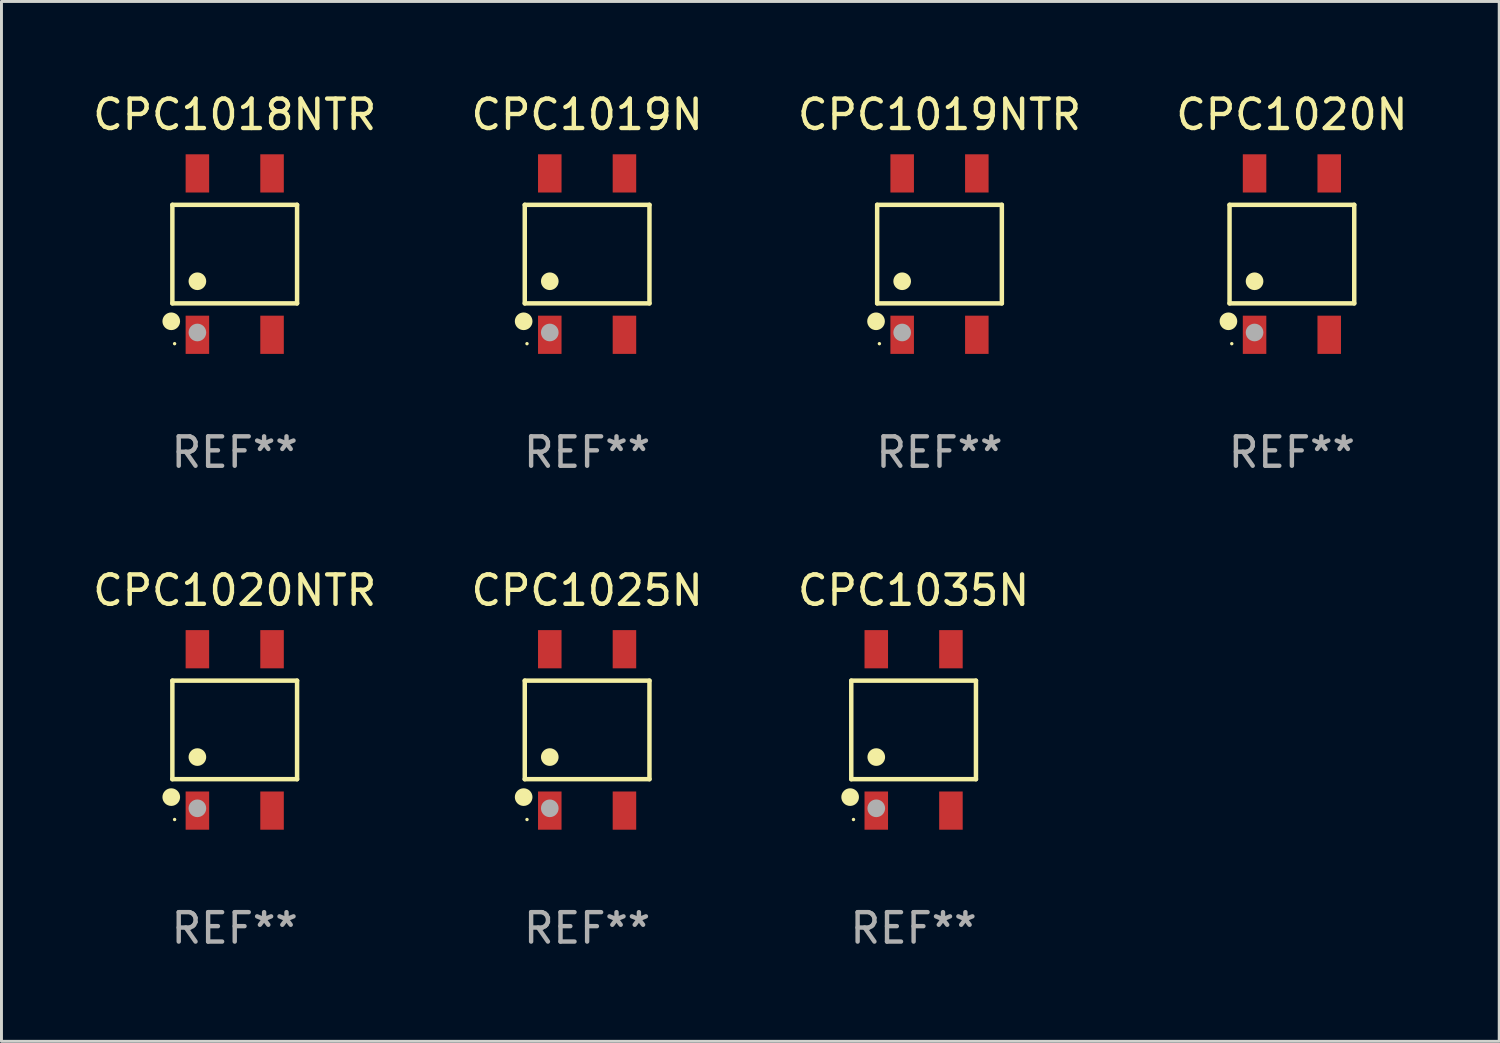
<source format=kicad_pcb>
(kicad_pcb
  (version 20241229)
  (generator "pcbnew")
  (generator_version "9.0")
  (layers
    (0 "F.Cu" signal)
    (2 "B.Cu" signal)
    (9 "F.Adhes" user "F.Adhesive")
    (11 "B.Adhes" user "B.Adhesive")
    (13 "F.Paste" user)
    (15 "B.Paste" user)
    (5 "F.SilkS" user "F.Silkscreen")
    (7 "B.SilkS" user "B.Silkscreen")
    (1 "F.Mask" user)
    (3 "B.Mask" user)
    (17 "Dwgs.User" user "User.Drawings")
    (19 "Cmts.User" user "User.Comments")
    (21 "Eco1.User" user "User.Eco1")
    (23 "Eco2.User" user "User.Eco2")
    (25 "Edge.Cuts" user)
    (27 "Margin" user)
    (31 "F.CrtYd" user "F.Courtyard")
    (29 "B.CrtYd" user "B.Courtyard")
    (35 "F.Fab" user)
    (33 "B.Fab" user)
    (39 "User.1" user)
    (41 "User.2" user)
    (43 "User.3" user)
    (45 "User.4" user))
  (footprint "CPC1020NTR"
    (layer "F.Cu")
    (at 4.935 21.781)
    (property "Reference" "CPC1020NTR" (at 0 -4.745 0) (layer "F.SilkS") (effects (font (size 1 1) (thickness 0.15))))
    (attr through_hole)
    (fp_line (start -2.121 -1.676) (end 2.121 -1.676) (stroke (width 0.152) (type solid)) (layer "F.SilkS"))
    (fp_line (start -2.121 1.676) (end -2.121 -1.676) (stroke (width 0.152) (type solid)) (layer "F.SilkS"))
    (fp_line (start 2.121 -1.676) (end 2.121 1.676) (stroke (width 0.152) (type solid)) (layer "F.SilkS"))
    (fp_line (start 2.121 1.676) (end -2.121 1.676) (stroke (width 0.152) (type solid)) (layer "F.SilkS"))
    (fp_circle (center -2.159 2.286) (end -2.009 2.286) (stroke (width 0.3) (type solid)) (fill no) (layer "F.SilkS"))
    (fp_circle (center -2.045 3.048) (end -2.015 3.048) (stroke (width 0.06) (type solid)) (fill no) (layer "F.SilkS"))
    (fp_circle (center -1.27 0.924) (end -1.12 0.924) (stroke (width 0.3) (type solid)) (fill no) (layer "F.SilkS"))
    (fp_circle (center -1.27 2.667) (end -1.12 2.667) (stroke (width 0.3) (type solid)) (fill no) (layer "F.Fab"))
    (fp_text user "REF**" (at 0 6.745 0) (layer "F.Fab") (effects (font (size 1 1) (thickness 0.15))))
    (pad "1" smd rect (at -1.27 2.745) (size 0.8 1.3) (layers "F.Cu" "F.Mask" "F.Paste"))
    (pad "2" smd rect (at 1.27 2.745) (size 0.8 1.3) (layers "F.Cu" "F.Mask" "F.Paste"))
    (pad "3" smd rect (at 1.27 -2.745) (size 0.8 1.3) (layers "F.Cu" "F.Mask" "F.Paste"))
    (pad "4" smd rect (at -1.27 -2.745) (size 0.8 1.3) (layers "F.Cu" "F.Mask" "F.Paste")))
  (footprint "CPC1019N"
    (layer "F.Cu")
    (at 16.923 5.594)
    (property "Reference" "CPC1019N" (at 0 -4.745 0) (layer "F.SilkS") (effects (font (size 1 1) (thickness 0.15))))
    (attr through_hole)
    (fp_line (start -2.121 -1.676) (end 2.121 -1.676) (stroke (width 0.152) (type solid)) (layer "F.SilkS"))
    (fp_line (start -2.121 1.676) (end -2.121 -1.676) (stroke (width 0.152) (type solid)) (layer "F.SilkS"))
    (fp_line (start 2.121 -1.676) (end 2.121 1.676) (stroke (width 0.152) (type solid)) (layer "F.SilkS"))
    (fp_line (start 2.121 1.676) (end -2.121 1.676) (stroke (width 0.152) (type solid)) (layer "F.SilkS"))
    (fp_circle (center -2.159 2.286) (end -2.009 2.286) (stroke (width 0.3) (type solid)) (fill no) (layer "F.SilkS"))
    (fp_circle (center -2.045 3.048) (end -2.015 3.048) (stroke (width 0.06) (type solid)) (fill no) (layer "F.SilkS"))
    (fp_circle (center -1.27 0.924) (end -1.12 0.924) (stroke (width 0.3) (type solid)) (fill no) (layer "F.SilkS"))
    (fp_circle (center -1.27 2.667) (end -1.12 2.667) (stroke (width 0.3) (type solid)) (fill no) (layer "F.Fab"))
    (fp_text user "REF**" (at 0 6.745 0) (layer "F.Fab") (effects (font (size 1 1) (thickness 0.15))))
    (pad "1" smd rect (at -1.27 2.745) (size 0.8 1.3) (layers "F.Cu" "F.Mask" "F.Paste"))
    (pad "2" smd rect (at 1.27 2.745) (size 0.8 1.3) (layers "F.Cu" "F.Mask" "F.Paste"))
    (pad "3" smd rect (at 1.27 -2.745) (size 0.8 1.3) (layers "F.Cu" "F.Mask" "F.Paste"))
    (pad "4" smd rect (at -1.27 -2.745) (size 0.8 1.3) (layers "F.Cu" "F.Mask" "F.Paste")))
  (footprint "CPC1019NTR"
    (layer "F.Cu")
    (at 28.911 5.594)
    (property "Reference" "CPC1019NTR" (at 0 -4.745 0) (layer "F.SilkS") (effects (font (size 1 1) (thickness 0.15))))
    (attr through_hole)
    (fp_line (start -2.121 -1.676) (end 2.121 -1.676) (stroke (width 0.152) (type solid)) (layer "F.SilkS"))
    (fp_line (start -2.121 1.676) (end -2.121 -1.676) (stroke (width 0.152) (type solid)) (layer "F.SilkS"))
    (fp_line (start 2.121 -1.676) (end 2.121 1.676) (stroke (width 0.152) (type solid)) (layer "F.SilkS"))
    (fp_line (start 2.121 1.676) (end -2.121 1.676) (stroke (width 0.152) (type solid)) (layer "F.SilkS"))
    (fp_circle (center -2.159 2.286) (end -2.009 2.286) (stroke (width 0.3) (type solid)) (fill no) (layer "F.SilkS"))
    (fp_circle (center -2.045 3.048) (end -2.015 3.048) (stroke (width 0.06) (type solid)) (fill no) (layer "F.SilkS"))
    (fp_circle (center -1.27 0.924) (end -1.12 0.924) (stroke (width 0.3) (type solid)) (fill no) (layer "F.SilkS"))
    (fp_circle (center -1.27 2.667) (end -1.12 2.667) (stroke (width 0.3) (type solid)) (fill no) (layer "F.Fab"))
    (fp_text user "REF**" (at 0 6.745 0) (layer "F.Fab") (effects (font (size 1 1) (thickness 0.15))))
    (pad "1" smd rect (at -1.27 2.745) (size 0.8 1.3) (layers "F.Cu" "F.Mask" "F.Paste"))
    (pad "2" smd rect (at 1.27 2.745) (size 0.8 1.3) (layers "F.Cu" "F.Mask" "F.Paste"))
    (pad "3" smd rect (at 1.27 -2.745) (size 0.8 1.3) (layers "F.Cu" "F.Mask" "F.Paste"))
    (pad "4" smd rect (at -1.27 -2.745) (size 0.8 1.3) (layers "F.Cu" "F.Mask" "F.Paste")))
  (footprint "CPC1018NTR"
    (layer "F.Cu")
    (at 4.935 5.594)
    (property "Reference" "CPC1018NTR" (at 0 -4.745 0) (layer "F.SilkS") (effects (font (size 1 1) (thickness 0.15))))
    (attr through_hole)
    (fp_line (start -2.121 -1.676) (end 2.121 -1.676) (stroke (width 0.152) (type solid)) (layer "F.SilkS"))
    (fp_line (start -2.121 1.676) (end -2.121 -1.676) (stroke (width 0.152) (type solid)) (layer "F.SilkS"))
    (fp_line (start 2.121 -1.676) (end 2.121 1.676) (stroke (width 0.152) (type solid)) (layer "F.SilkS"))
    (fp_line (start 2.121 1.676) (end -2.121 1.676) (stroke (width 0.152) (type solid)) (layer "F.SilkS"))
    (fp_circle (center -2.159 2.286) (end -2.009 2.286) (stroke (width 0.3) (type solid)) (fill no) (layer "F.SilkS"))
    (fp_circle (center -2.045 3.048) (end -2.015 3.048) (stroke (width 0.06) (type solid)) (fill no) (layer "F.SilkS"))
    (fp_circle (center -1.27 0.924) (end -1.12 0.924) (stroke (width 0.3) (type solid)) (fill no) (layer "F.SilkS"))
    (fp_circle (center -1.27 2.667) (end -1.12 2.667) (stroke (width 0.3) (type solid)) (fill no) (layer "F.Fab"))
    (fp_text user "REF**" (at 0 6.745 0) (layer "F.Fab") (effects (font (size 1 1) (thickness 0.15))))
    (pad "1" smd rect (at -1.27 2.745) (size 0.8 1.3) (layers "F.Cu" "F.Mask" "F.Paste"))
    (pad "2" smd rect (at 1.27 2.745) (size 0.8 1.3) (layers "F.Cu" "F.Mask" "F.Paste"))
    (pad "3" smd rect (at 1.27 -2.745) (size 0.8 1.3) (layers "F.Cu" "F.Mask" "F.Paste"))
    (pad "4" smd rect (at -1.27 -2.745) (size 0.8 1.3) (layers "F.Cu" "F.Mask" "F.Paste")))
  (footprint "CPC1025N"
    (layer "F.Cu")
    (at 16.923 21.781)
    (property "Reference" "CPC1025N" (at 0 -4.745 0) (layer "F.SilkS") (effects (font (size 1 1) (thickness 0.15))))
    (attr through_hole)
    (fp_line (start -2.121 -1.676) (end 2.121 -1.676) (stroke (width 0.152) (type solid)) (layer "F.SilkS"))
    (fp_line (start -2.121 1.676) (end -2.121 -1.676) (stroke (width 0.152) (type solid)) (layer "F.SilkS"))
    (fp_line (start 2.121 -1.676) (end 2.121 1.676) (stroke (width 0.152) (type solid)) (layer "F.SilkS"))
    (fp_line (start 2.121 1.676) (end -2.121 1.676) (stroke (width 0.152) (type solid)) (layer "F.SilkS"))
    (fp_circle (center -2.159 2.286) (end -2.009 2.286) (stroke (width 0.3) (type solid)) (fill no) (layer "F.SilkS"))
    (fp_circle (center -2.045 3.048) (end -2.015 3.048) (stroke (width 0.06) (type solid)) (fill no) (layer "F.SilkS"))
    (fp_circle (center -1.27 0.924) (end -1.12 0.924) (stroke (width 0.3) (type solid)) (fill no) (layer "F.SilkS"))
    (fp_circle (center -1.27 2.667) (end -1.12 2.667) (stroke (width 0.3) (type solid)) (fill no) (layer "F.Fab"))
    (fp_text user "REF**" (at 0 6.745 0) (layer "F.Fab") (effects (font (size 1 1) (thickness 0.15))))
    (pad "1" smd rect (at -1.27 2.745) (size 0.8 1.3) (layers "F.Cu" "F.Mask" "F.Paste"))
    (pad "2" smd rect (at 1.27 2.745) (size 0.8 1.3) (layers "F.Cu" "F.Mask" "F.Paste"))
    (pad "3" smd rect (at 1.27 -2.745) (size 0.8 1.3) (layers "F.Cu" "F.Mask" "F.Paste"))
    (pad "4" smd rect (at -1.27 -2.745) (size 0.8 1.3) (layers "F.Cu" "F.Mask" "F.Paste")))
  (footprint "CPC1035N"
    (layer "F.Cu")
    (at 28.03 21.781)
    (property "Reference" "CPC1035N" (at 0 -4.745 0) (layer "F.SilkS") (effects (font (size 1 1) (thickness 0.15))))
    (attr through_hole)
    (fp_line (start -2.121 -1.676) (end 2.121 -1.676) (stroke (width 0.152) (type solid)) (layer "F.SilkS"))
    (fp_line (start -2.121 1.676) (end -2.121 -1.676) (stroke (width 0.152) (type solid)) (layer "F.SilkS"))
    (fp_line (start 2.121 -1.676) (end 2.121 1.676) (stroke (width 0.152) (type solid)) (layer "F.SilkS"))
    (fp_line (start 2.121 1.676) (end -2.121 1.676) (stroke (width 0.152) (type solid)) (layer "F.SilkS"))
    (fp_circle (center -2.159 2.286) (end -2.009 2.286) (stroke (width 0.3) (type solid)) (fill no) (layer "F.SilkS"))
    (fp_circle (center -2.045 3.048) (end -2.015 3.048) (stroke (width 0.06) (type solid)) (fill no) (layer "F.SilkS"))
    (fp_circle (center -1.27 0.924) (end -1.12 0.924) (stroke (width 0.3) (type solid)) (fill no) (layer "F.SilkS"))
    (fp_circle (center -1.27 2.667) (end -1.12 2.667) (stroke (width 0.3) (type solid)) (fill no) (layer "F.Fab"))
    (fp_text user "REF**" (at 0 6.745 0) (layer "F.Fab") (effects (font (size 1 1) (thickness 0.15))))
    (pad "1" smd rect (at -1.27 2.745) (size 0.8 1.3) (layers "F.Cu" "F.Mask" "F.Paste"))
    (pad "2" smd rect (at 1.27 2.745) (size 0.8 1.3) (layers "F.Cu" "F.Mask" "F.Paste"))
    (pad "3" smd rect (at 1.27 -2.745) (size 0.8 1.3) (layers "F.Cu" "F.Mask" "F.Paste"))
    (pad "4" smd rect (at -1.27 -2.745) (size 0.8 1.3) (layers "F.Cu" "F.Mask" "F.Paste")))
  (footprint "CPC1020N"
    (layer "F.Cu")
    (at 40.899 5.594)
    (property "Reference" "CPC1020N" (at 0 -4.745 0) (layer "F.SilkS") (effects (font (size 1 1) (thickness 0.15))))
    (attr through_hole)
    (fp_line (start -2.121 -1.676) (end 2.121 -1.676) (stroke (width 0.152) (type solid)) (layer "F.SilkS"))
    (fp_line (start -2.121 1.676) (end -2.121 -1.676) (stroke (width 0.152) (type solid)) (layer "F.SilkS"))
    (fp_line (start 2.121 -1.676) (end 2.121 1.676) (stroke (width 0.152) (type solid)) (layer "F.SilkS"))
    (fp_line (start 2.121 1.676) (end -2.121 1.676) (stroke (width 0.152) (type solid)) (layer "F.SilkS"))
    (fp_circle (center -2.159 2.286) (end -2.009 2.286) (stroke (width 0.3) (type solid)) (fill no) (layer "F.SilkS"))
    (fp_circle (center -2.045 3.048) (end -2.015 3.048) (stroke (width 0.06) (type solid)) (fill no) (layer "F.SilkS"))
    (fp_circle (center -1.27 0.924) (end -1.12 0.924) (stroke (width 0.3) (type solid)) (fill no) (layer "F.SilkS"))
    (fp_circle (center -1.27 2.667) (end -1.12 2.667) (stroke (width 0.3) (type solid)) (fill no) (layer "F.Fab"))
    (fp_text user "REF**" (at 0 6.745 0) (layer "F.Fab") (effects (font (size 1 1) (thickness 0.15))))
    (pad "1" smd rect (at -1.27 2.745) (size 0.8 1.3) (layers "F.Cu" "F.Mask" "F.Paste"))
    (pad "2" smd rect (at 1.27 2.745) (size 0.8 1.3) (layers "F.Cu" "F.Mask" "F.Paste"))
    (pad "3" smd rect (at 1.27 -2.745) (size 0.8 1.3) (layers "F.Cu" "F.Mask" "F.Paste"))
    (pad "4" smd rect (at -1.27 -2.745) (size 0.8 1.3) (layers "F.Cu" "F.Mask" "F.Paste")))
  (gr_rect
    (start -3 -3)
    (end 47.952 32.375)
    (stroke (width 0.1) (type default))
    (fill no)
    (layer "Edge.Cuts")))
</source>
